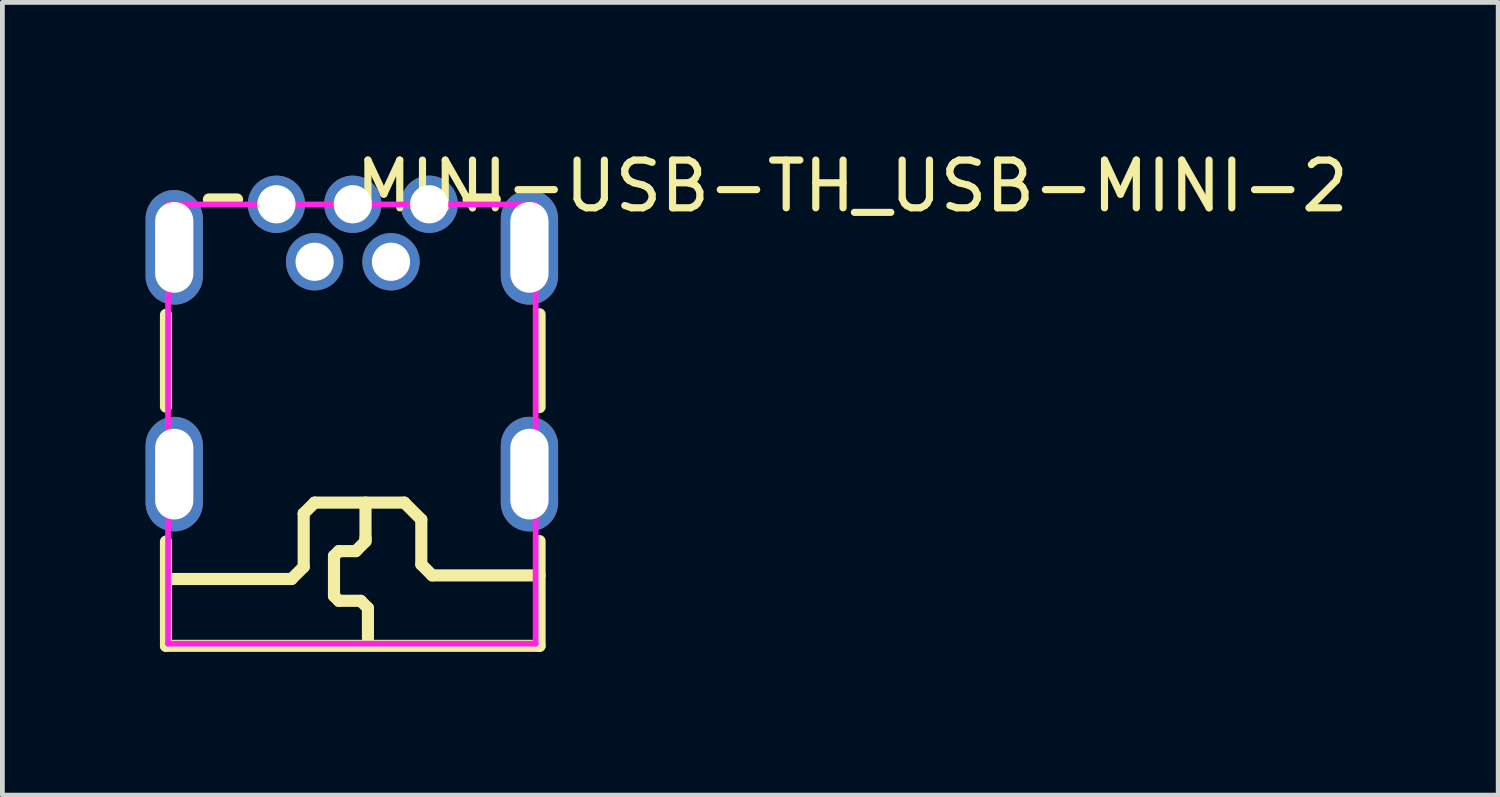
<source format=kicad_pcb>
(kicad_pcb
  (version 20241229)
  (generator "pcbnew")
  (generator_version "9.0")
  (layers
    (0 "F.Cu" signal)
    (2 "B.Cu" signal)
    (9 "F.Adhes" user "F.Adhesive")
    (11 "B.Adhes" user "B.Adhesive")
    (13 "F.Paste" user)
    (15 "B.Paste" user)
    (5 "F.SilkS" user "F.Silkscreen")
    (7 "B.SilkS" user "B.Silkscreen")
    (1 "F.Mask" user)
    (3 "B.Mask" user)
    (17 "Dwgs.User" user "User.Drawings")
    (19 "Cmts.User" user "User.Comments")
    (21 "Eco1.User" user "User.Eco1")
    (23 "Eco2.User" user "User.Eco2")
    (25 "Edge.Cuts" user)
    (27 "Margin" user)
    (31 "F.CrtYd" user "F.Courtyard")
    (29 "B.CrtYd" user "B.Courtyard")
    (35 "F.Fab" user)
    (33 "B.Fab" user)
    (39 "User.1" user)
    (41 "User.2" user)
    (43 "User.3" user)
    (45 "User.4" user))
  (footprint "MINI-USB-TH_USB-MINI-2"
    (layer "F.Cu")
    (at 4.32 4.055)
    (property "Reference" "MINI-USB-TH_USB-MINI-2" (at 0 -3.207 0) (layer "F.SilkS") (effects (font (size 1 1) (thickness 0.15)) (justify left)))
    (attr through_hole)
    (fp_line (start -3.893 -0.511) (end -3.893 1.413) (stroke (width 0.254) (type solid)) (layer "F.SilkS"))
    (fp_line (start -3.893 4.239) (end -3.893 6.423) (stroke (width 0.254) (type solid)) (layer "F.SilkS"))
    (fp_line (start -3.893 6.423) (end 3.932 6.423) (stroke (width 0.254) (type solid)) (layer "F.SilkS"))
    (fp_line (start -3.854 5.023) (end -1.263 5.023) (stroke (width 0.254) (type solid)) (layer "F.SilkS"))
    (fp_line (start -2.994 -2.927) (end -2.405 -2.927) (stroke (width 0.254) (type solid)) (layer "F.SilkS"))
    (fp_line (start -1.263 5.023) (end -1.009 4.769) (stroke (width 0.254) (type solid)) (layer "F.SilkS"))
    (fp_line (start -1.009 3.651) (end -0.78 3.423) (stroke (width 0.254) (type solid)) (layer "F.SilkS"))
    (fp_line (start -1.009 4.769) (end -1.009 3.651) (stroke (width 0.254) (type solid)) (layer "F.SilkS"))
    (fp_line (start -0.78 3.423) (end 1.099 3.423) (stroke (width 0.254) (type solid)) (layer "F.SilkS"))
    (fp_line (start -0.374 4.54) (end -0.272 4.439) (stroke (width 0.254) (type solid)) (layer "F.SilkS"))
    (fp_line (start -0.374 5.378) (end -0.374 4.54) (stroke (width 0.254) (type solid)) (layer "F.SilkS"))
    (fp_line (start -0.272 4.439) (end 0.083 4.439) (stroke (width 0.254) (type solid)) (layer "F.SilkS"))
    (fp_line (start -0.272 5.48) (end -0.374 5.378) (stroke (width 0.254) (type solid)) (layer "F.SilkS"))
    (fp_line (start 0.083 4.439) (end 0.286 4.235) (stroke (width 0.254) (type solid)) (layer "F.SilkS"))
    (fp_line (start 0.185 5.48) (end -0.272 5.48) (stroke (width 0.254) (type solid)) (layer "F.SilkS"))
    (fp_line (start 0.286 4.159) (end 0.286 3.423) (stroke (width 0.254) (type solid)) (layer "F.SilkS"))
    (fp_line (start 0.286 4.235) (end 0.286 4.159) (stroke (width 0.254) (type solid)) (layer "F.SilkS"))
    (fp_line (start 0.337 5.632) (end 0.185 5.48) (stroke (width 0.254) (type solid)) (layer "F.SilkS"))
    (fp_line (start 0.337 6.267) (end 0.337 5.632) (stroke (width 0.254) (type solid)) (layer "F.SilkS"))
    (fp_line (start 1.099 3.423) (end 1.455 3.778) (stroke (width 0.254) (type solid)) (layer "F.SilkS"))
    (fp_line (start 1.455 3.778) (end 1.455 4.718) (stroke (width 0.254) (type solid)) (layer "F.SilkS"))
    (fp_line (start 1.455 4.718) (end 1.683 4.947) (stroke (width 0.254) (type solid)) (layer "F.SilkS"))
    (fp_line (start 1.683 4.947) (end 3.932 4.947) (stroke (width 0.254) (type solid)) (layer "F.SilkS"))
    (fp_line (start 2.445 -2.927) (end 2.994 -2.927) (stroke (width 0.254) (type solid)) (layer "F.SilkS"))
    (fp_line (start 3.932 -0.521) (end 3.932 1.422) (stroke (width 0.254) (type solid)) (layer "F.SilkS"))
    (fp_line (start 3.932 4.229) (end 3.932 6.423) (stroke (width 0.254) (type solid)) (layer "F.SilkS"))
    (fp_circle (center -4.04 -3.053) (end -4.01 -3.053) (stroke (width 0.06) (type solid)) (fill no) (layer "Eco2.User"))
    (fp_circle (center -1.58 -2.826) (end -1.455 -2.826) (stroke (width 0.25) (type solid)) (fill no) (layer "Eco2.User"))
    (fp_circle (center -0.78 -1.622) (end -0.655 -1.622) (stroke (width 0.25) (type solid)) (fill no) (layer "Eco2.User"))
    (fp_circle (center 0.02 -2.826) (end 0.145 -2.826) (stroke (width 0.25) (type solid)) (fill no) (layer "Eco2.User"))
    (fp_circle (center 0.82 -1.622) (end 0.945 -1.622) (stroke (width 0.25) (type solid)) (fill no) (layer "Eco2.User"))
    (fp_circle (center 1.62 -2.826) (end 1.745 -2.826) (stroke (width 0.25) (type solid)) (fill no) (layer "Eco2.User"))
    (fp_poly (pts (xy -4.07 -1.174) (xy -4.07 -2.674) (xy -3.37 -2.674) (xy -3.37 -1.174)) (stroke (width 0.12) (type solid)) (fill no) (layer "Eco2.User"))
    (fp_poly (pts (xy -4.07 3.576) (xy -4.07 2.076) (xy -3.37 2.076) (xy -3.37 3.576)) (stroke (width 0.12) (type solid)) (fill no) (layer "Eco2.User"))
    (fp_poly (pts (xy 3.37 -1.174) (xy 3.37 -2.674) (xy 4.07 -2.674) (xy 4.07 -1.174)) (stroke (width 0.12) (type solid)) (fill no) (layer "Eco2.User"))
    (fp_poly (pts (xy 3.37 3.576) (xy 3.37 2.076) (xy 4.07 2.076) (xy 4.07 3.576)) (stroke (width 0.12) (type solid)) (fill no) (layer "Eco2.User"))
    (fp_line (start -3.85 -2.822) (end 3.85 -2.822) (stroke (width 0.12) (type solid)) (layer "F.CrtYd"))
    (fp_line (start -3.85 6.378) (end -3.85 -2.822) (stroke (width 0.12) (type solid)) (layer "F.CrtYd"))
    (fp_line (start 3.85 -2.822) (end 3.85 6.378) (stroke (width 0.12) (type solid)) (layer "F.CrtYd"))
    (fp_line (start 3.85 6.378) (end -3.85 6.378) (stroke (width 0.12) (type solid)) (layer "F.CrtYd"))
    (pad "0" thru_hole oval (at -3.72 -1.924 270) (size 2.4 1.2) (drill oval 1.9 0.8) (layers "*.Cu" "*.Mask"))
    (pad "0" thru_hole oval (at -3.72 2.826 270) (size 2.4 1.2) (drill oval 1.9 0.8) (layers "*.Cu" "*.Mask"))
    (pad "0" thru_hole oval (at 3.72 -1.924 270) (size 2.4 1.2) (drill oval 1.9 0.8) (layers "*.Cu" "*.Mask"))
    (pad "0" thru_hole oval (at 3.72 2.826 270) (size 2.4 1.2) (drill oval 1.9 0.8) (layers "*.Cu" "*.Mask"))
    (pad "1" thru_hole circle (at -1.58 -2.826 270) (size 1.2 1.2) (drill 0.8) (layers "*.Cu" "*.Mask"))
    (pad "2" thru_hole circle (at -0.78 -1.622 270) (size 1.2 1.2) (drill 0.8) (layers "*.Cu" "*.Mask"))
    (pad "3" thru_hole circle (at 0.02 -2.826 270) (size 1.2 1.2) (drill 0.8) (layers "*.Cu" "*.Mask"))
    (pad "4" thru_hole circle (at 0.82 -1.622 270) (size 1.2 1.2) (drill 0.8) (layers "*.Cu" "*.Mask"))
    (pad "5" thru_hole circle (at 1.62 -2.826 270) (size 1.2 1.2) (drill 0.8) (layers "*.Cu" "*.Mask")))
  (gr_rect
    (start -3 -3)
    (end 28.332 13.605)
    (stroke (width 0.1) (type default))
    (fill no)
    (layer "Edge.Cuts")))
</source>
